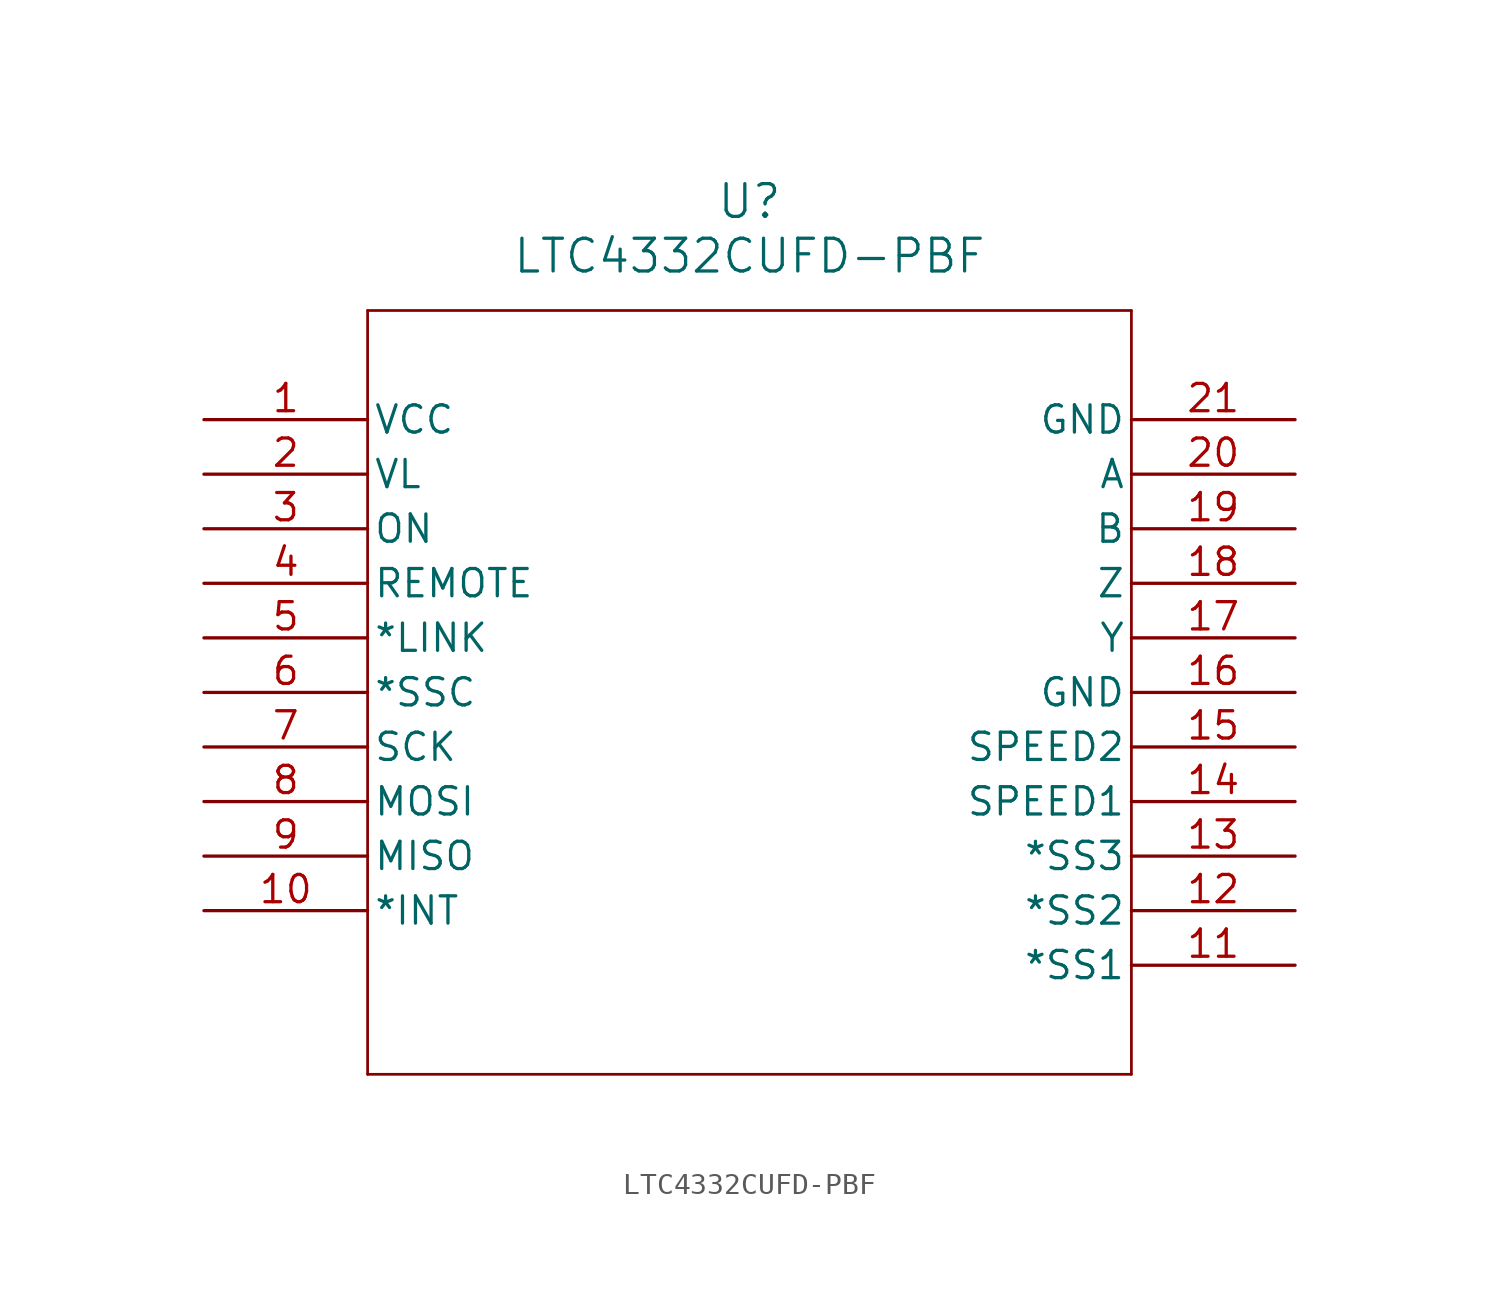
<source format=kicad_sym>
(kicad_symbol_lib
  (version 20211014)
  (generator kicad_symbol_editor)
  (symbol "LTC4332CUFD-PBF"
    (pin_names
      (offset 0.254))
    (property "Reference" "U"
      (at 25.4 10.16 0)
      (effects (font (size 1.524 1.524))))
    (property "Value" "LTC4332CUFD-PBF"
      (at 25.4 7.62 0)
      (effects (font (size 1.524 1.524))))
    (symbol "LTC4332CUFD-PBF_0_1"
      (polyline (pts (xy 7.62 5.08) (xy 7.62 -30.48)) (stroke (width 0.127) (type default) (color 0 0 0 0)) (fill (type none)))
      (polyline (pts (xy 7.62 -30.48) (xy 43.18 -30.48)) (stroke (width 0.127) (type default) (color 0 0 0 0)) (fill (type none)))
      (polyline (pts (xy 43.18 -30.48) (xy 43.18 5.08)) (stroke (width 0.127) (type default) (color 0 0 0 0)) (fill (type none)))
      (polyline (pts (xy 43.18 5.08) (xy 7.62 5.08)) (stroke (width 0.127) (type default) (color 0 0 0 0)) (fill (type none)))
      (pin power_in line (at 0 0 0) (length 7.62) (name "VCC" (effects (font (size 1.27 1.27)))) (number "1" (effects (font (size 1.27 1.27)))))
      (pin power_in line (at 0 -2.54 0) (length 7.62) (name "VL" (effects (font (size 1.27 1.27)))) (number "2" (effects (font (size 1.27 1.27)))))
      (pin input line (at 0 -5.08 0) (length 7.62) (name "ON" (effects (font (size 1.27 1.27)))) (number "3" (effects (font (size 1.27 1.27)))))
      (pin input line (at 0 -7.62 0) (length 7.62) (name "REMOTE" (effects (font (size 1.27 1.27)))) (number "4" (effects (font (size 1.27 1.27)))))
      (pin output line (at 0 -10.16 0) (length 7.62) (name "*LINK" (effects (font (size 1.27 1.27)))) (number "5" (effects (font (size 1.27 1.27)))))
      (pin input line (at 0 -12.7 0) (length 7.62) (name "*SSC" (effects (font (size 1.27 1.27)))) (number "6" (effects (font (size 1.27 1.27)))))
      (pin input line (at 0 -15.24 0) (length 7.62) (name "SCK" (effects (font (size 1.27 1.27)))) (number "7" (effects (font (size 1.27 1.27)))))
      (pin input line (at 0 -17.78 0) (length 7.62) (name "MOSI" (effects (font (size 1.27 1.27)))) (number "8" (effects (font (size 1.27 1.27)))))
      (pin output line (at 0 -20.32 0) (length 7.62) (name "MISO" (effects (font (size 1.27 1.27)))) (number "9" (effects (font (size 1.27 1.27)))))
      (pin output line (at 0 -22.86 0) (length 7.62) (name "*INT" (effects (font (size 1.27 1.27)))) (number "10" (effects (font (size 1.27 1.27)))))
      (pin input line (at 50.8 -25.4 180) (length 7.62) (name "*SS1" (effects (font (size 1.27 1.27)))) (number "11" (effects (font (size 1.27 1.27)))))
      (pin input line (at 50.8 -22.86 180) (length 7.62) (name "*SS2" (effects (font (size 1.27 1.27)))) (number "12" (effects (font (size 1.27 1.27)))))
      (pin input line (at 50.8 -20.32 180) (length 7.62) (name "*SS3" (effects (font (size 1.27 1.27)))) (number "13" (effects (font (size 1.27 1.27)))))
      (pin input line (at 50.8 -17.78 180) (length 7.62) (name "SPEED1" (effects (font (size 1.27 1.27)))) (number "14" (effects (font (size 1.27 1.27)))))
      (pin input line (at 50.8 -15.24 180) (length 7.62) (name "SPEED2" (effects (font (size 1.27 1.27)))) (number "15" (effects (font (size 1.27 1.27)))))
      (pin power_out line (at 50.8 -12.7 180) (length 7.62) (name "GND" (effects (font (size 1.27 1.27)))) (number "16" (effects (font (size 1.27 1.27)))))
      (pin output line (at 50.8 -10.16 180) (length 7.62) (name "Y" (effects (font (size 1.27 1.27)))) (number "17" (effects (font (size 1.27 1.27)))))
      (pin output line (at 50.8 -7.62 180) (length 7.62) (name "Z" (effects (font (size 1.27 1.27)))) (number "18" (effects (font (size 1.27 1.27)))))
      (pin input line (at 50.8 -5.08 180) (length 7.62) (name "B" (effects (font (size 1.27 1.27)))) (number "19" (effects (font (size 1.27 1.27)))))
      (pin input line (at 50.8 -2.54 180) (length 7.62) (name "A" (effects (font (size 1.27 1.27)))) (number "20" (effects (font (size 1.27 1.27)))))
      (pin power_out line (at 50.8 0 180) (length 7.62) (name "GND" (effects (font (size 1.27 1.27)))) (number "21" (effects (font (size 1.27 1.27))))))))
</source>
